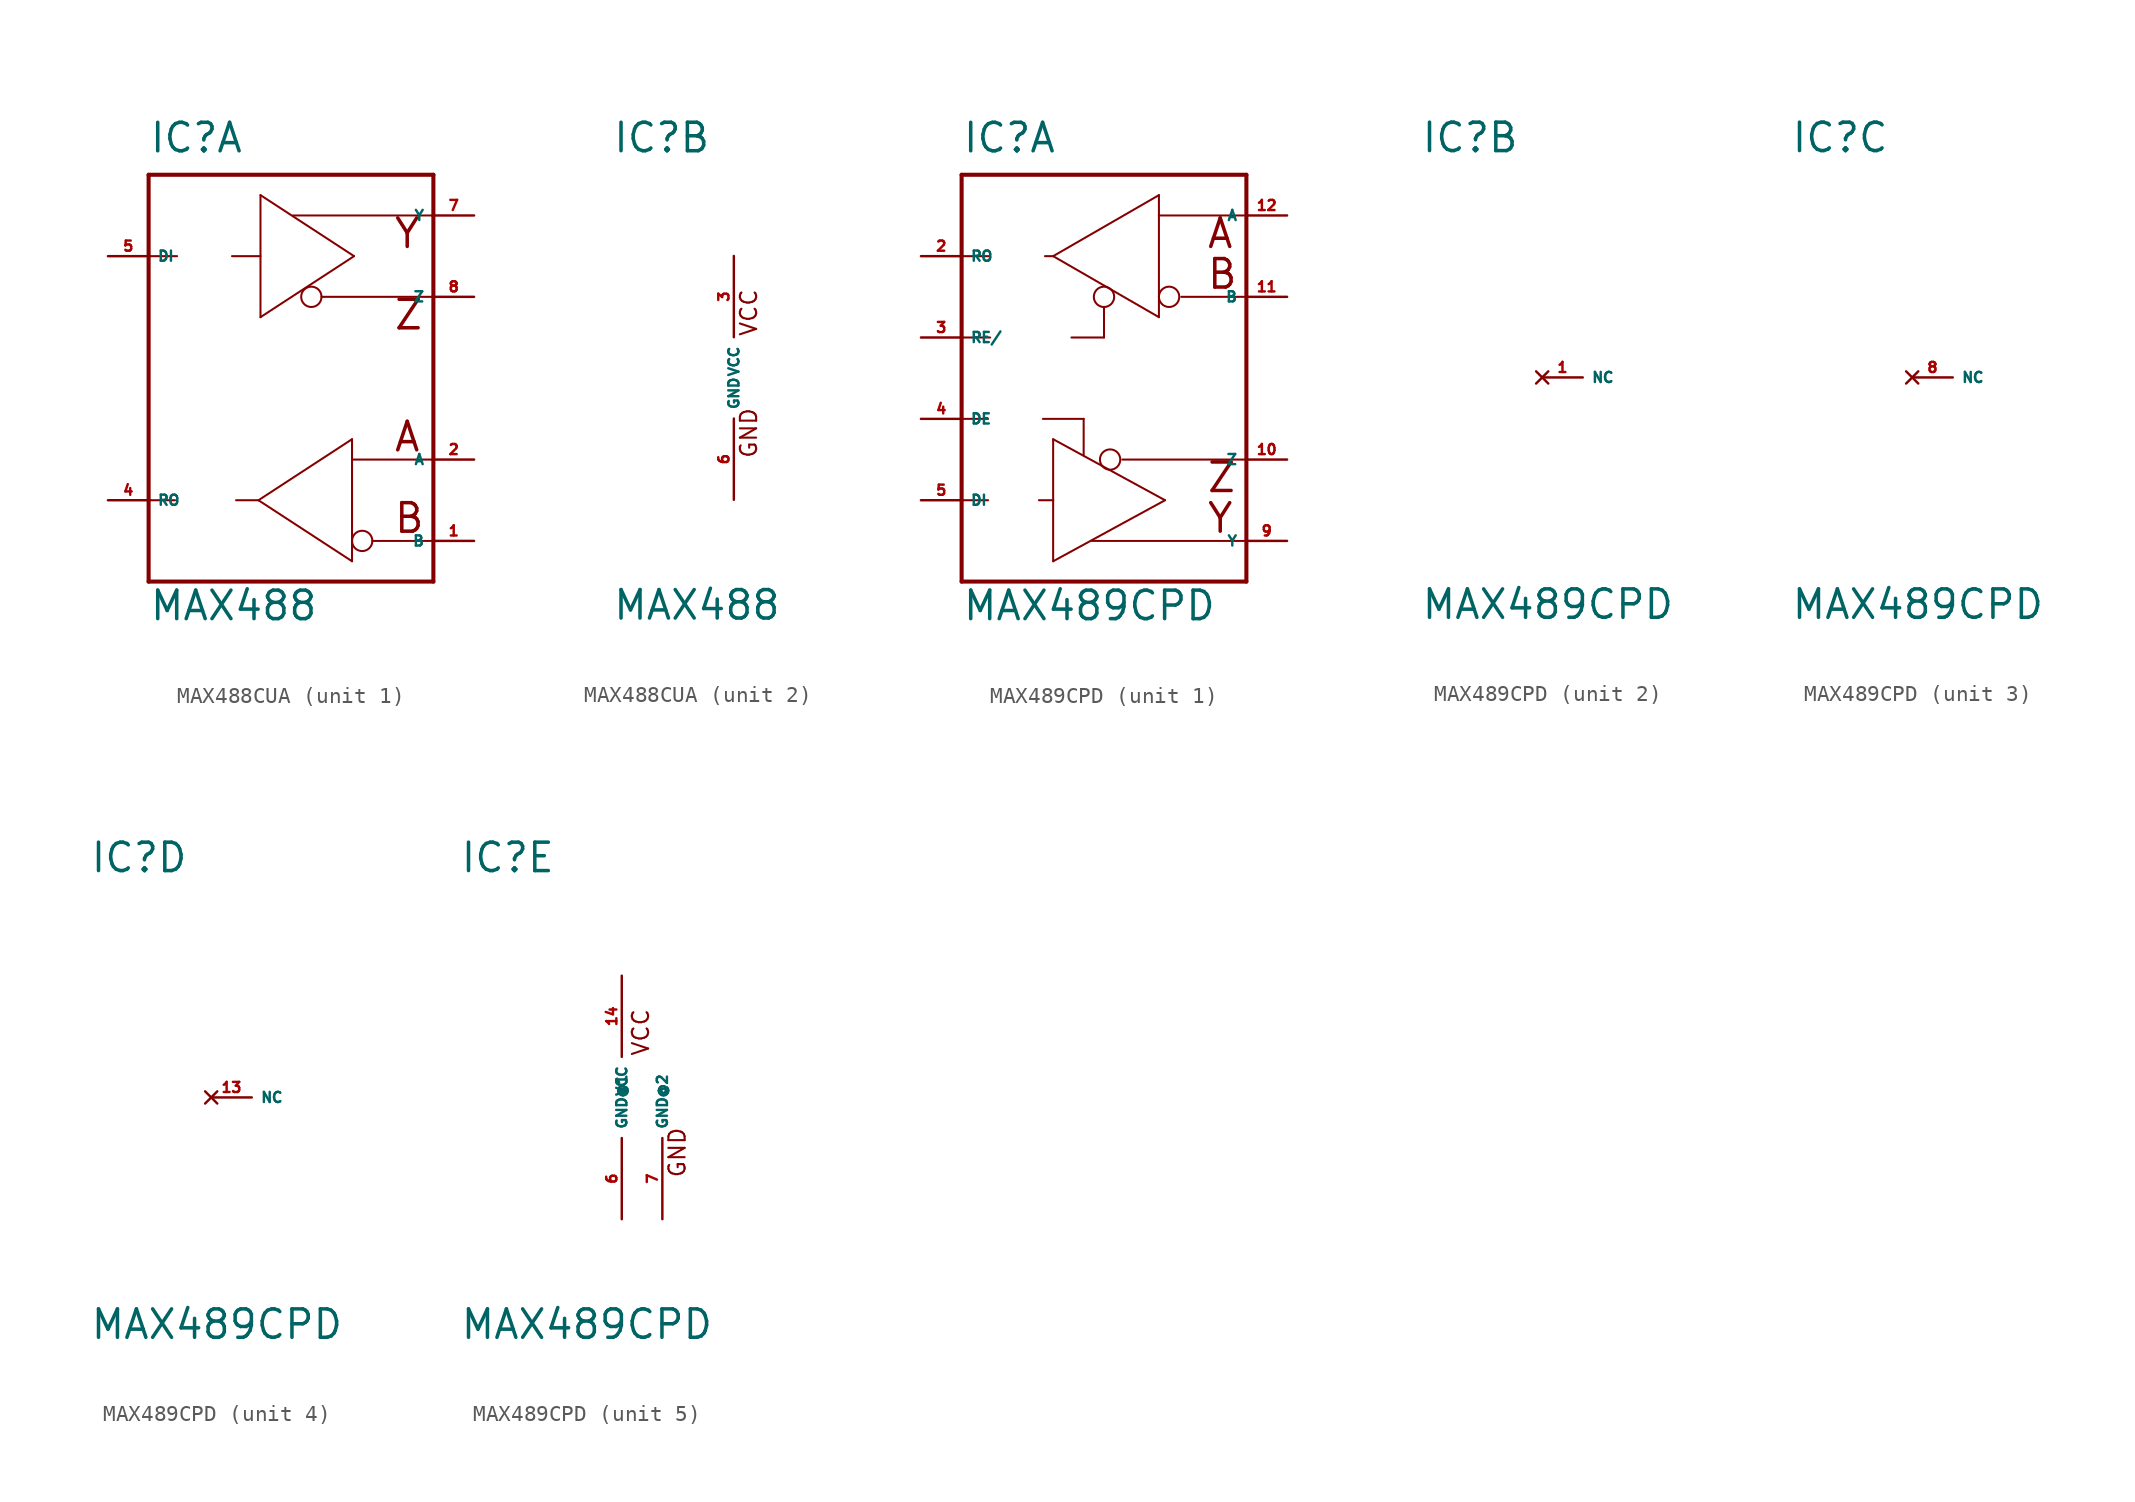
<source format=kicad_sym>
(kicad_symbol_lib
  (version 20220914)
  (generator Eagle2Kicad)
  (symbol "MAX488CUA"
    (property "Reference" "IC"
      (at -7.62 13.97 0)
      (effects (font (size 1.778 1.778) (thickness 0.22)) (justify left bottom)))
    (property "Value" "MAX488"
      (at -7.62 -15.24 0)
      (effects (font (size 1.778 1.778) (thickness 0.22)) (justify left bottom)))
    (symbol "MAX488CUA_1_0"
      (polyline (pts (xy -7.62 12.7) (xy 10.16 12.7)) (stroke (width 0.254) (type default)) (fill (type none)))
      (polyline (pts (xy 10.16 12.7) (xy 10.16 10.16)) (stroke (width 0.254) (type default)) (fill (type none)))
      (polyline (pts (xy 10.16 10.16) (xy 10.16 5.08)) (stroke (width 0.254) (type default)) (fill (type none)))
      (polyline (pts (xy 10.16 5.08) (xy 10.16 -5.08)) (stroke (width 0.254) (type default)) (fill (type none)))
      (polyline (pts (xy 10.16 -5.08) (xy 10.16 -12.7)) (stroke (width 0.254) (type default)) (fill (type none)))
      (polyline (pts (xy 10.16 -12.7) (xy -7.62 -12.7)) (stroke (width 0.254) (type default)) (fill (type none)))
      (polyline (pts (xy -7.62 -12.7) (xy -7.62 -7.62)) (stroke (width 0.254) (type default)) (fill (type none)))
      (polyline (pts (xy -7.62 -7.62) (xy -7.62 7.62)) (stroke (width 0.254) (type default)) (fill (type none)))
      (polyline (pts (xy -7.62 7.62) (xy -7.62 12.7)) (stroke (width 0.254) (type default)) (fill (type none)))
      (polyline (pts (xy 6.35 -10.16) (xy 10.033 -10.16)) (stroke (width 0.127) (type default)) (fill (type none)))
      (polyline (pts (xy 1.397 10.16) (xy 10.16 10.16)) (stroke (width 0.127) (type default)) (fill (type none)))
      (polyline (pts (xy 5.08 -5.08) (xy 10.16 -5.08)) (stroke (width 0.127) (type default)) (fill (type none)))
      (polyline (pts (xy 10.16 5.08) (xy 3.175 5.08)) (stroke (width 0.127) (type default)) (fill (type none)))
      (polyline (pts (xy -7.62 7.62) (xy -5.842 7.62)) (stroke (width 0.127) (type default)) (fill (type none)))
      (polyline (pts (xy -2.413 7.62) (xy -0.635 7.62)) (stroke (width 0.127) (type default)) (fill (type none)))
      (polyline (pts (xy -7.62 -7.62) (xy -5.969 -7.62)) (stroke (width 0.127) (type default)) (fill (type none)))
      (polyline (pts (xy -2.159 -7.62) (xy -0.762 -7.62)) (stroke (width 0.127) (type default)) (fill (type none)))
      (polyline (pts (xy 5.207 7.62) (xy -0.635 11.43)) (stroke (width 0.127) (type default)) (fill (type none)))
      (polyline (pts (xy -0.635 11.43) (xy -0.635 3.81)) (stroke (width 0.127) (type default)) (fill (type none)))
      (polyline (pts (xy -0.635 3.81) (xy 5.207 7.62)) (stroke (width 0.127) (type default)) (fill (type none)))
      (polyline (pts (xy 5.08 -11.43) (xy 5.08 -5.08)) (stroke (width 0.127) (type default)) (fill (type none)))
      (polyline (pts (xy 5.08 -5.08) (xy 5.08 -3.81)) (stroke (width 0.127) (type default)) (fill (type none)))
      (polyline (pts (xy 5.08 -3.81) (xy -0.762 -7.62)) (stroke (width 0.127) (type default)) (fill (type none)))
      (polyline (pts (xy -0.762 -7.62) (xy 5.08 -11.43)) (stroke (width 0.127) (type default)) (fill (type none)))
      (text "A" (at 7.62 -4.699 0) (effects (font (size 1.778 1.778) (thickness 0.22)) (justify left bottom)))
      (text "B" (at 7.62 -9.779 0) (effects (font (size 1.778 1.778) (thickness 0.22)) (justify left bottom)))
      (text "Y" (at 7.62 8.001 0) (effects (font (size 1.778 1.778) (thickness 0.22)) (justify left bottom)))
      (text "Z" (at 7.62 2.921 0) (effects (font (size 1.778 1.778) (thickness 0.22)) (justify left bottom)))
      (circle (center 2.54 5.08) (radius 0.635) (stroke (width 0.127) (type default)) (fill (type none)))
      (circle (center 5.715 -10.16) (radius 0.635) (stroke (width 0.127) (type default)) (fill (type none)))
      (pin input line (at -10.16 7.62 0) (length 2.54) (name "DI" (effects (font (size 0.635 0.635) (thickness 0.08)) (justify left bottom))) (number "5" (effects (font (size 0.635 0.635) (thickness 0.08)) (justify left bottom))))
      (pin output line (at -10.16 -7.62 0) (length 2.54) (name "RO" (effects (font (size 0.635 0.635) (thickness 0.08)) (justify left bottom))) (number "4" (effects (font (size 0.635 0.635) (thickness 0.08)) (justify left bottom))))
      (pin input line (at 12.7 -5.08 180) (length 2.54) (name "A" (effects (font (size 0.635 0.635) (thickness 0.08)) (justify left bottom))) (number "2" (effects (font (size 0.635 0.635) (thickness 0.08)) (justify left bottom))))
      (pin input line (at 12.7 -10.16 180) (length 2.54) (name "B" (effects (font (size 0.635 0.635) (thickness 0.08)) (justify left bottom))) (number "1" (effects (font (size 0.635 0.635) (thickness 0.08)) (justify left bottom))))
      (pin output line (at 12.7 10.16 180) (length 2.54) (name "Y" (effects (font (size 0.635 0.635) (thickness 0.08)) (justify left bottom))) (number "7" (effects (font (size 0.635 0.635) (thickness 0.08)) (justify left bottom))))
      (pin output line (at 12.7 5.08 180) (length 2.54) (name "Z" (effects (font (size 0.635 0.635) (thickness 0.08)) (justify left bottom))) (number "8" (effects (font (size 0.635 0.635) (thickness 0.08)) (justify left bottom)))))
    (symbol "MAX488CUA_2_0"
      (text "GND" (at 1.524 -5.08 900) (effects (font (size 1.016 1.016) (thickness 0.13)) (justify left bottom)))
      (text "VCC" (at 1.524 2.54 900) (effects (font (size 1.016 1.016) (thickness 0.13)) (justify left bottom)))
      (pin unspecified line (at 0 7.62 270) (length 5.08) (name "VCC" (effects (font (size 0.635 0.635) (thickness 0.08)) (justify left bottom))) (number "3" (effects (font (size 0.635 0.635) (thickness 0.08)) (justify left bottom))))
      (pin unspecified line (at 0 -7.62 90) (length 5.08) (name "GND" (effects (font (size 0.635 0.635) (thickness 0.08)) (justify left bottom))) (number "6" (effects (font (size 0.635 0.635) (thickness 0.08)) (justify left bottom))))))
  (symbol "MAX489CPD"
    (property "Reference" "IC"
      (at -10.16 13.97 0)
      (effects (font (size 1.778 1.778) (thickness 0.22)) (justify left bottom)))
    (property "Value" "MAX489CPD"
      (at -10.16 -15.24 0)
      (effects (font (size 1.778 1.778) (thickness 0.22)) (justify left bottom)))
    (symbol "MAX489CPD_1_0"
      (polyline (pts (xy -10.16 12.7) (xy 7.62 12.7)) (stroke (width 0.254) (type default)) (fill (type none)))
      (polyline (pts (xy 7.62 12.7) (xy 7.62 -12.7)) (stroke (width 0.254) (type default)) (fill (type none)))
      (polyline (pts (xy 7.62 -12.7) (xy -10.16 -12.7)) (stroke (width 0.254) (type default)) (fill (type none)))
      (polyline (pts (xy -10.16 -12.7) (xy -10.16 -7.62)) (stroke (width 0.254) (type default)) (fill (type none)))
      (polyline (pts (xy -10.16 -7.62) (xy -10.16 -2.54)) (stroke (width 0.254) (type default)) (fill (type none)))
      (polyline (pts (xy -10.16 -2.54) (xy -10.16 2.54)) (stroke (width 0.254) (type default)) (fill (type none)))
      (polyline (pts (xy -10.16 2.54) (xy -10.16 7.62)) (stroke (width 0.254) (type default)) (fill (type none)))
      (polyline (pts (xy -10.16 7.62) (xy -10.16 12.7)) (stroke (width 0.254) (type default)) (fill (type none)))
      (polyline (pts (xy 2.159 11.43) (xy 2.159 10.16)) (stroke (width 0.127) (type default)) (fill (type none)))
      (polyline (pts (xy 2.159 10.16) (xy 2.159 3.81)) (stroke (width 0.127) (type default)) (fill (type none)))
      (polyline (pts (xy 2.159 3.81) (xy -4.445 7.62)) (stroke (width 0.127) (type default)) (fill (type none)))
      (polyline (pts (xy -4.445 7.62) (xy 2.159 11.43)) (stroke (width 0.127) (type default)) (fill (type none)))
      (polyline (pts (xy -4.445 -11.43) (xy -4.445 -7.62)) (stroke (width 0.127) (type default)) (fill (type none)))
      (polyline (pts (xy -4.445 -7.62) (xy -4.445 -3.81)) (stroke (width 0.127) (type default)) (fill (type none)))
      (polyline (pts (xy -4.445 -3.81) (xy 2.54 -7.62)) (stroke (width 0.127) (type default)) (fill (type none)))
      (polyline (pts (xy 2.54 -7.62) (xy -4.445 -11.43)) (stroke (width 0.127) (type default)) (fill (type none)))
      (polyline (pts (xy -3.302 2.54) (xy -1.27 2.54)) (stroke (width 0.127) (type default)) (fill (type none)))
      (polyline (pts (xy -1.27 2.54) (xy -1.27 4.445)) (stroke (width 0.127) (type default)) (fill (type none)))
      (polyline (pts (xy -5.08 -2.54) (xy -2.54 -2.54)) (stroke (width 0.127) (type default)) (fill (type none)))
      (polyline (pts (xy -2.54 -2.54) (xy -2.54 -4.826)) (stroke (width 0.127) (type default)) (fill (type none)))
      (polyline (pts (xy 2.159 10.16) (xy 7.493 10.16)) (stroke (width 0.127) (type default)) (fill (type none)))
      (polyline (pts (xy 7.493 5.08) (xy 3.556 5.08)) (stroke (width 0.127) (type default)) (fill (type none)))
      (polyline (pts (xy -10.16 7.62) (xy -8.382 7.62)) (stroke (width 0.127) (type default)) (fill (type none)))
      (polyline (pts (xy -4.953 7.62) (xy -4.445 7.62)) (stroke (width 0.127) (type default)) (fill (type none)))
      (polyline (pts (xy -10.16 2.54) (xy -8.382 2.54)) (stroke (width 0.127) (type default)) (fill (type none)))
      (polyline (pts (xy -10.16 -7.62) (xy -8.509 -7.62)) (stroke (width 0.127) (type default)) (fill (type none)))
      (polyline (pts (xy -5.334 -7.62) (xy -4.445 -7.62)) (stroke (width 0.127) (type default)) (fill (type none)))
      (polyline (pts (xy -10.16 -2.54) (xy -8.509 -2.54)) (stroke (width 0.127) (type default)) (fill (type none)))
      (polyline (pts (xy -2.032 -10.16) (xy 7.493 -10.16)) (stroke (width 0.127) (type default)) (fill (type none)))
      (polyline (pts (xy -0.127 -5.08) (xy 7.493 -5.08)) (stroke (width 0.127) (type default)) (fill (type none)))
      (text "A" (at 5.08 8.001 0) (effects (font (size 1.778 1.778) (thickness 0.22)) (justify left bottom)))
      (text "B" (at 5.08 5.461 0) (effects (font (size 1.778 1.778) (thickness 0.22)) (justify left bottom)))
      (text "Z" (at 5.08 -7.239 0) (effects (font (size 1.778 1.778) (thickness 0.22)) (justify left bottom)))
      (text "Y" (at 5.08 -9.779 0) (effects (font (size 1.778 1.778) (thickness 0.22)) (justify left bottom)))
      (circle (center -1.27 5.08) (radius 0.635) (stroke (width 0.127) (type default)) (fill (type none)))
      (circle (center 2.794 5.08) (radius 0.635) (stroke (width 0.127) (type default)) (fill (type none)))
      (circle (center -0.889 -5.08) (radius 0.635) (stroke (width 0.127) (type default)) (fill (type none)))
      (pin output line (at -12.7 7.62 0) (length 2.54) (name "RO" (effects (font (size 0.635 0.635) (thickness 0.08)) (justify left bottom))) (number "2" (effects (font (size 0.635 0.635) (thickness 0.08)) (justify left bottom))))
      (pin input line (at -12.7 2.54 0) (length 2.54) (name "RE/" (effects (font (size 0.635 0.635) (thickness 0.08)) (justify left bottom))) (number "3" (effects (font (size 0.635 0.635) (thickness 0.08)) (justify left bottom))))
      (pin input line (at -12.7 -2.54 0) (length 2.54) (name "DE" (effects (font (size 0.635 0.635) (thickness 0.08)) (justify left bottom))) (number "4" (effects (font (size 0.635 0.635) (thickness 0.08)) (justify left bottom))))
      (pin input line (at -12.7 -7.62 0) (length 2.54) (name "DI" (effects (font (size 0.635 0.635) (thickness 0.08)) (justify left bottom))) (number "5" (effects (font (size 0.635 0.635) (thickness 0.08)) (justify left bottom))))
      (pin passive line (at 10.16 10.16 180) (length 2.54) (name "A" (effects (font (size 0.635 0.635) (thickness 0.08)) (justify left bottom))) (number "12" (effects (font (size 0.635 0.635) (thickness 0.08)) (justify left bottom))))
      (pin passive line (at 10.16 5.08 180) (length 2.54) (name "B" (effects (font (size 0.635 0.635) (thickness 0.08)) (justify left bottom))) (number "11" (effects (font (size 0.635 0.635) (thickness 0.08)) (justify left bottom))))
      (pin passive line (at 10.16 -5.08 180) (length 2.54) (name "Z" (effects (font (size 0.635 0.635) (thickness 0.08)) (justify left bottom))) (number "10" (effects (font (size 0.635 0.635) (thickness 0.08)) (justify left bottom))))
      (pin passive line (at 10.16 -10.16 180) (length 2.54) (name "Y" (effects (font (size 0.635 0.635) (thickness 0.08)) (justify left bottom))) (number "9" (effects (font (size 0.635 0.635) (thickness 0.08)) (justify left bottom)))))
    (symbol "MAX489CPD_2_0"
      (pin no_connect line (at -2.54 0 0) (length 2.54) (name "NC" (effects (font (size 0.635 0.635) (thickness 0.08)) (justify left bottom) hide)) (number "1" (effects (font (size 0.635 0.635) (thickness 0.08)) (justify left bottom) hide))))
    (symbol "MAX489CPD_3_0"
      (pin no_connect line (at -2.54 0 0) (length 2.54) (name "NC" (effects (font (size 0.635 0.635) (thickness 0.08)) (justify left bottom) hide)) (number "8" (effects (font (size 0.635 0.635) (thickness 0.08)) (justify left bottom) hide))))
    (symbol "MAX489CPD_4_0"
      (pin no_connect line (at -2.54 0 0) (length 2.54) (name "NC" (effects (font (size 0.635 0.635) (thickness 0.08)) (justify left bottom) hide)) (number "13" (effects (font (size 0.635 0.635) (thickness 0.08)) (justify left bottom) hide))))
    (symbol "MAX489CPD_5_0"
      (text "VCC" (at 1.778 2.54 900) (effects (font (size 1.016 1.016) (thickness 0.13)) (justify left bottom)))
      (text "GND" (at 4.064 -5.08 900) (effects (font (size 1.016 1.016) (thickness 0.13)) (justify left bottom)))
      (pin unspecified line (at 0 -7.62 90) (length 5.08) (name "GND@1" (effects (font (size 0.635 0.635) (thickness 0.08)) (justify left bottom))) (number "6" (effects (font (size 0.635 0.635) (thickness 0.08)) (justify left bottom))))
      (pin unspecified line (at 2.54 -7.62 90) (length 5.08) (name "GND@2" (effects (font (size 0.635 0.635) (thickness 0.08)) (justify left bottom))) (number "7" (effects (font (size 0.635 0.635) (thickness 0.08)) (justify left bottom))))
      (pin unspecified line (at 0 7.62 270) (length 5.08) (name "VCC" (effects (font (size 0.635 0.635) (thickness 0.08)) (justify left bottom))) (number "14" (effects (font (size 0.635 0.635) (thickness 0.08)) (justify left bottom)))))))
</source>
